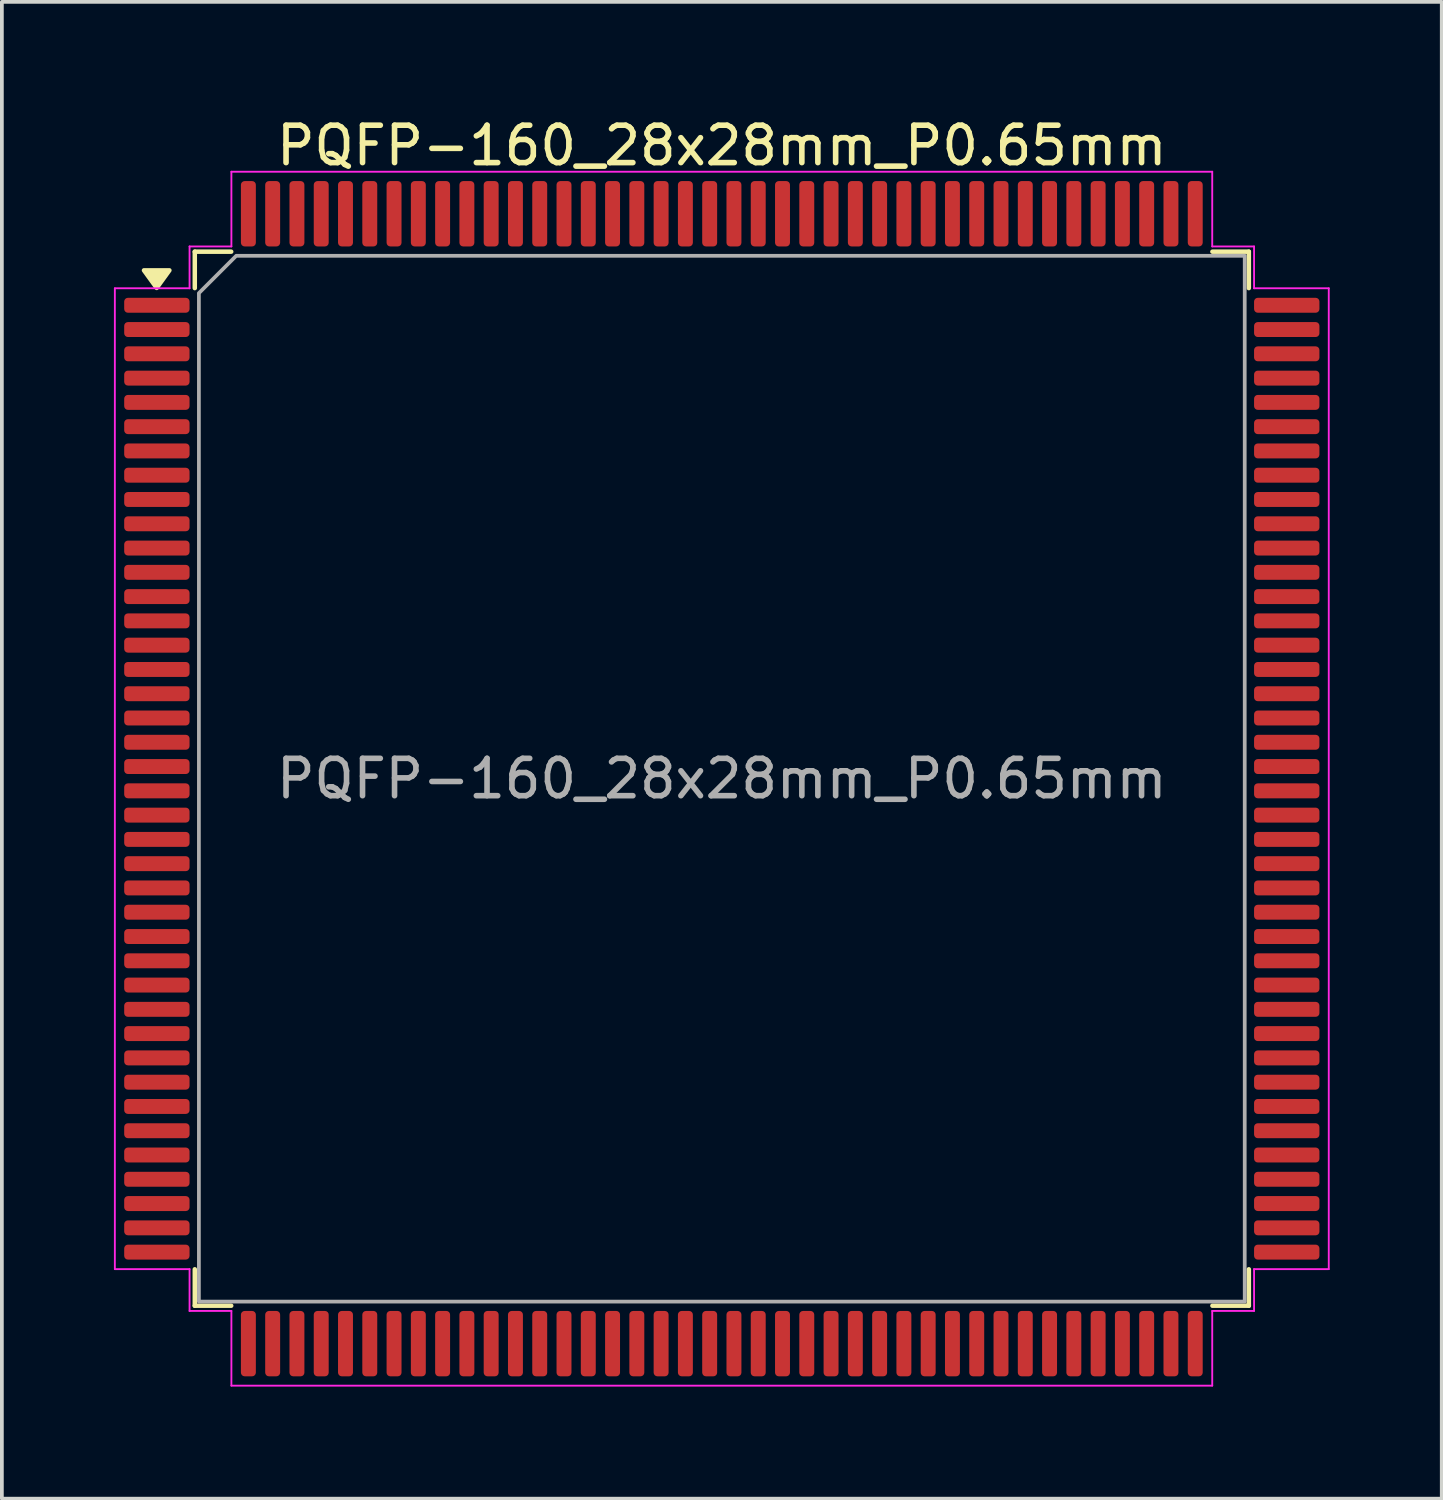
<source format=kicad_pcb>
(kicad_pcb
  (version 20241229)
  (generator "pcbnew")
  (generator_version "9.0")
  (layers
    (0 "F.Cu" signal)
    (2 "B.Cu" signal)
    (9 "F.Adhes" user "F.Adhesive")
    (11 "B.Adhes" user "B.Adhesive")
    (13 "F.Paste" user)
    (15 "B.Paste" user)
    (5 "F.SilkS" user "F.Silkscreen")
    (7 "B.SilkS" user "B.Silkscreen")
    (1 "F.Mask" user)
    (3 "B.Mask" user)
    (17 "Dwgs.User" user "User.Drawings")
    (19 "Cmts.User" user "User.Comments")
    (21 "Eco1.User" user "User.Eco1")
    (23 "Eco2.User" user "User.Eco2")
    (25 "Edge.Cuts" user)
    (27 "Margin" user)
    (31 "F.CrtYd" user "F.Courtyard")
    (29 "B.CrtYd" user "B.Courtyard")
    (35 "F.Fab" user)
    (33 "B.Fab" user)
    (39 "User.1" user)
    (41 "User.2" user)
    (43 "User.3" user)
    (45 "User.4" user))
  (footprint "PQFP-160_28x28mm_P0.65mm"
    (layer "F.Cu")
    (at 16.275 17.798)
    (property "Reference" "PQFP-160_28x28mm_P0.65mm" (at 0 -16.95 0) (layer "F.SilkS") (effects (font (size 1 1) (thickness 0.15))))
    (attr smd)
    (fp_line (start -14.11 -14.11) (end -13.135 -14.11) (stroke (width 0.12) (type solid)) (layer "F.SilkS"))
    (fp_line (start -14.11 -13.135) (end -14.11 -14.11) (stroke (width 0.12) (type solid)) (layer "F.SilkS"))
    (fp_line (start -14.11 14.11) (end -14.11 13.135) (stroke (width 0.12) (type solid)) (layer "F.SilkS"))
    (fp_line (start -13.135 14.11) (end -14.11 14.11) (stroke (width 0.12) (type solid)) (layer "F.SilkS"))
    (fp_line (start 13.135 -14.11) (end 14.11 -14.11) (stroke (width 0.12) (type solid)) (layer "F.SilkS"))
    (fp_line (start 14.11 -14.11) (end 14.11 -13.135) (stroke (width 0.12) (type solid)) (layer "F.SilkS"))
    (fp_line (start 14.11 13.135) (end 14.11 14.11) (stroke (width 0.12) (type solid)) (layer "F.SilkS"))
    (fp_line (start 14.11 14.11) (end 13.135 14.11) (stroke (width 0.12) (type solid)) (layer "F.SilkS"))
    (fp_poly (pts (xy -15.13 -13.14) (xy -15.47 -13.61) (xy -14.79 -13.61)) (stroke (width 0.12) (type solid)) (fill yes) (layer "F.SilkS"))
    (fp_line (start -16.25 -13.13) (end -14.25 -13.13) (stroke (width 0.05) (type solid)) (layer "F.CrtYd"))
    (fp_line (start -16.25 13.13) (end -16.25 -13.13) (stroke (width 0.05) (type solid)) (layer "F.CrtYd"))
    (fp_line (start -14.25 -14.25) (end -13.13 -14.25) (stroke (width 0.05) (type solid)) (layer "F.CrtYd"))
    (fp_line (start -14.25 -13.13) (end -14.25 -14.25) (stroke (width 0.05) (type solid)) (layer "F.CrtYd"))
    (fp_line (start -14.25 13.13) (end -16.25 13.13) (stroke (width 0.05) (type solid)) (layer "F.CrtYd"))
    (fp_line (start -14.25 14.25) (end -14.25 13.13) (stroke (width 0.05) (type solid)) (layer "F.CrtYd"))
    (fp_line (start -13.13 -16.25) (end 13.13 -16.25) (stroke (width 0.05) (type solid)) (layer "F.CrtYd"))
    (fp_line (start -13.13 -14.25) (end -13.13 -16.25) (stroke (width 0.05) (type solid)) (layer "F.CrtYd"))
    (fp_line (start -13.13 14.25) (end -14.25 14.25) (stroke (width 0.05) (type solid)) (layer "F.CrtYd"))
    (fp_line (start -13.13 16.25) (end -13.13 14.25) (stroke (width 0.05) (type solid)) (layer "F.CrtYd"))
    (fp_line (start 13.13 -16.25) (end 13.13 -14.25) (stroke (width 0.05) (type solid)) (layer "F.CrtYd"))
    (fp_line (start 13.13 -14.25) (end 14.25 -14.25) (stroke (width 0.05) (type solid)) (layer "F.CrtYd"))
    (fp_line (start 13.13 14.25) (end 13.13 16.25) (stroke (width 0.05) (type solid)) (layer "F.CrtYd"))
    (fp_line (start 13.13 16.25) (end -13.13 16.25) (stroke (width 0.05) (type solid)) (layer "F.CrtYd"))
    (fp_line (start 14.25 -14.25) (end 14.25 -13.13) (stroke (width 0.05) (type solid)) (layer "F.CrtYd"))
    (fp_line (start 14.25 -13.13) (end 16.25 -13.13) (stroke (width 0.05) (type solid)) (layer "F.CrtYd"))
    (fp_line (start 14.25 13.13) (end 14.25 14.25) (stroke (width 0.05) (type solid)) (layer "F.CrtYd"))
    (fp_line (start 14.25 14.25) (end 13.13 14.25) (stroke (width 0.05) (type solid)) (layer "F.CrtYd"))
    (fp_line (start 16.25 -13.13) (end 16.25 13.13) (stroke (width 0.05) (type solid)) (layer "F.CrtYd"))
    (fp_line (start 16.25 13.13) (end 14.25 13.13) (stroke (width 0.05) (type solid)) (layer "F.CrtYd"))
    (fp_poly (pts (xy -14 -13) (xy -14 14) (xy 14 14) (xy 14 -14) (xy -13 -14)) (stroke (width 0.1) (type solid)) (fill no) (layer "F.Fab"))
    (fp_text user "${REFERENCE}" (at 0 0 0) (layer "F.Fab") (effects (font (size 1 1) (thickness 0.15))))
    (pad "1" smd roundrect (at -15.125 -12.675) (size 1.75 0.4) (layers "F.Cu" "F.Mask" "F.Paste") (roundrect_rratio 0.25))
    (pad "2" smd roundrect (at -15.125 -12.025) (size 1.75 0.4) (layers "F.Cu" "F.Mask" "F.Paste") (roundrect_rratio 0.25))
    (pad "3" smd roundrect (at -15.125 -11.375) (size 1.75 0.4) (layers "F.Cu" "F.Mask" "F.Paste") (roundrect_rratio 0.25))
    (pad "4" smd roundrect (at -15.125 -10.725) (size 1.75 0.4) (layers "F.Cu" "F.Mask" "F.Paste") (roundrect_rratio 0.25))
    (pad "5" smd roundrect (at -15.125 -10.075) (size 1.75 0.4) (layers "F.Cu" "F.Mask" "F.Paste") (roundrect_rratio 0.25))
    (pad "6" smd roundrect (at -15.125 -9.425) (size 1.75 0.4) (layers "F.Cu" "F.Mask" "F.Paste") (roundrect_rratio 0.25))
    (pad "7" smd roundrect (at -15.125 -8.775) (size 1.75 0.4) (layers "F.Cu" "F.Mask" "F.Paste") (roundrect_rratio 0.25))
    (pad "8" smd roundrect (at -15.125 -8.125) (size 1.75 0.4) (layers "F.Cu" "F.Mask" "F.Paste") (roundrect_rratio 0.25))
    (pad "9" smd roundrect (at -15.125 -7.475) (size 1.75 0.4) (layers "F.Cu" "F.Mask" "F.Paste") (roundrect_rratio 0.25))
    (pad "10" smd roundrect (at -15.125 -6.825) (size 1.75 0.4) (layers "F.Cu" "F.Mask" "F.Paste") (roundrect_rratio 0.25))
    (pad "11" smd roundrect (at -15.125 -6.175) (size 1.75 0.4) (layers "F.Cu" "F.Mask" "F.Paste") (roundrect_rratio 0.25))
    (pad "12" smd roundrect (at -15.125 -5.525) (size 1.75 0.4) (layers "F.Cu" "F.Mask" "F.Paste") (roundrect_rratio 0.25))
    (pad "13" smd roundrect (at -15.125 -4.875) (size 1.75 0.4) (layers "F.Cu" "F.Mask" "F.Paste") (roundrect_rratio 0.25))
    (pad "14" smd roundrect (at -15.125 -4.225) (size 1.75 0.4) (layers "F.Cu" "F.Mask" "F.Paste") (roundrect_rratio 0.25))
    (pad "15" smd roundrect (at -15.125 -3.575) (size 1.75 0.4) (layers "F.Cu" "F.Mask" "F.Paste") (roundrect_rratio 0.25))
    (pad "16" smd roundrect (at -15.125 -2.925) (size 1.75 0.4) (layers "F.Cu" "F.Mask" "F.Paste") (roundrect_rratio 0.25))
    (pad "17" smd roundrect (at -15.125 -2.275) (size 1.75 0.4) (layers "F.Cu" "F.Mask" "F.Paste") (roundrect_rratio 0.25))
    (pad "18" smd roundrect (at -15.125 -1.625) (size 1.75 0.4) (layers "F.Cu" "F.Mask" "F.Paste") (roundrect_rratio 0.25))
    (pad "19" smd roundrect (at -15.125 -0.975) (size 1.75 0.4) (layers "F.Cu" "F.Mask" "F.Paste") (roundrect_rratio 0.25))
    (pad "20" smd roundrect (at -15.125 -0.325) (size 1.75 0.4) (layers "F.Cu" "F.Mask" "F.Paste") (roundrect_rratio 0.25))
    (pad "21" smd roundrect (at -15.125 0.325) (size 1.75 0.4) (layers "F.Cu" "F.Mask" "F.Paste") (roundrect_rratio 0.25))
    (pad "22" smd roundrect (at -15.125 0.975) (size 1.75 0.4) (layers "F.Cu" "F.Mask" "F.Paste") (roundrect_rratio 0.25))
    (pad "23" smd roundrect (at -15.125 1.625) (size 1.75 0.4) (layers "F.Cu" "F.Mask" "F.Paste") (roundrect_rratio 0.25))
    (pad "24" smd roundrect (at -15.125 2.275) (size 1.75 0.4) (layers "F.Cu" "F.Mask" "F.Paste") (roundrect_rratio 0.25))
    (pad "25" smd roundrect (at -15.125 2.925) (size 1.75 0.4) (layers "F.Cu" "F.Mask" "F.Paste") (roundrect_rratio 0.25))
    (pad "26" smd roundrect (at -15.125 3.575) (size 1.75 0.4) (layers "F.Cu" "F.Mask" "F.Paste") (roundrect_rratio 0.25))
    (pad "27" smd roundrect (at -15.125 4.225) (size 1.75 0.4) (layers "F.Cu" "F.Mask" "F.Paste") (roundrect_rratio 0.25))
    (pad "28" smd roundrect (at -15.125 4.875) (size 1.75 0.4) (layers "F.Cu" "F.Mask" "F.Paste") (roundrect_rratio 0.25))
    (pad "29" smd roundrect (at -15.125 5.525) (size 1.75 0.4) (layers "F.Cu" "F.Mask" "F.Paste") (roundrect_rratio 0.25))
    (pad "30" smd roundrect (at -15.125 6.175) (size 1.75 0.4) (layers "F.Cu" "F.Mask" "F.Paste") (roundrect_rratio 0.25))
    (pad "31" smd roundrect (at -15.125 6.825) (size 1.75 0.4) (layers "F.Cu" "F.Mask" "F.Paste") (roundrect_rratio 0.25))
    (pad "32" smd roundrect (at -15.125 7.475) (size 1.75 0.4) (layers "F.Cu" "F.Mask" "F.Paste") (roundrect_rratio 0.25))
    (pad "33" smd roundrect (at -15.125 8.125) (size 1.75 0.4) (layers "F.Cu" "F.Mask" "F.Paste") (roundrect_rratio 0.25))
    (pad "34" smd roundrect (at -15.125 8.775) (size 1.75 0.4) (layers "F.Cu" "F.Mask" "F.Paste") (roundrect_rratio 0.25))
    (pad "35" smd roundrect (at -15.125 9.425) (size 1.75 0.4) (layers "F.Cu" "F.Mask" "F.Paste") (roundrect_rratio 0.25))
    (pad "36" smd roundrect (at -15.125 10.075) (size 1.75 0.4) (layers "F.Cu" "F.Mask" "F.Paste") (roundrect_rratio 0.25))
    (pad "37" smd roundrect (at -15.125 10.725) (size 1.75 0.4) (layers "F.Cu" "F.Mask" "F.Paste") (roundrect_rratio 0.25))
    (pad "38" smd roundrect (at -15.125 11.375) (size 1.75 0.4) (layers "F.Cu" "F.Mask" "F.Paste") (roundrect_rratio 0.25))
    (pad "39" smd roundrect (at -15.125 12.025) (size 1.75 0.4) (layers "F.Cu" "F.Mask" "F.Paste") (roundrect_rratio 0.25))
    (pad "40" smd roundrect (at -15.125 12.675) (size 1.75 0.4) (layers "F.Cu" "F.Mask" "F.Paste") (roundrect_rratio 0.25))
    (pad "41" smd roundrect (at -12.675 15.125) (size 0.4 1.75) (layers "F.Cu" "F.Mask" "F.Paste") (roundrect_rratio 0.25))
    (pad "42" smd roundrect (at -12.025 15.125) (size 0.4 1.75) (layers "F.Cu" "F.Mask" "F.Paste") (roundrect_rratio 0.25))
    (pad "43" smd roundrect (at -11.375 15.125) (size 0.4 1.75) (layers "F.Cu" "F.Mask" "F.Paste") (roundrect_rratio 0.25))
    (pad "44" smd roundrect (at -10.725 15.125) (size 0.4 1.75) (layers "F.Cu" "F.Mask" "F.Paste") (roundrect_rratio 0.25))
    (pad "45" smd roundrect (at -10.075 15.125) (size 0.4 1.75) (layers "F.Cu" "F.Mask" "F.Paste") (roundrect_rratio 0.25))
    (pad "46" smd roundrect (at -9.425 15.125) (size 0.4 1.75) (layers "F.Cu" "F.Mask" "F.Paste") (roundrect_rratio 0.25))
    (pad "47" smd roundrect (at -8.775 15.125) (size 0.4 1.75) (layers "F.Cu" "F.Mask" "F.Paste") (roundrect_rratio 0.25))
    (pad "48" smd roundrect (at -8.125 15.125) (size 0.4 1.75) (layers "F.Cu" "F.Mask" "F.Paste") (roundrect_rratio 0.25))
    (pad "49" smd roundrect (at -7.475 15.125) (size 0.4 1.75) (layers "F.Cu" "F.Mask" "F.Paste") (roundrect_rratio 0.25))
    (pad "50" smd roundrect (at -6.825 15.125) (size 0.4 1.75) (layers "F.Cu" "F.Mask" "F.Paste") (roundrect_rratio 0.25))
    (pad "51" smd roundrect (at -6.175 15.125) (size 0.4 1.75) (layers "F.Cu" "F.Mask" "F.Paste") (roundrect_rratio 0.25))
    (pad "52" smd roundrect (at -5.525 15.125) (size 0.4 1.75) (layers "F.Cu" "F.Mask" "F.Paste") (roundrect_rratio 0.25))
    (pad "53" smd roundrect (at -4.875 15.125) (size 0.4 1.75) (layers "F.Cu" "F.Mask" "F.Paste") (roundrect_rratio 0.25))
    (pad "54" smd roundrect (at -4.225 15.125) (size 0.4 1.75) (layers "F.Cu" "F.Mask" "F.Paste") (roundrect_rratio 0.25))
    (pad "55" smd roundrect (at -3.575 15.125) (size 0.4 1.75) (layers "F.Cu" "F.Mask" "F.Paste") (roundrect_rratio 0.25))
    (pad "56" smd roundrect (at -2.925 15.125) (size 0.4 1.75) (layers "F.Cu" "F.Mask" "F.Paste") (roundrect_rratio 0.25))
    (pad "57" smd roundrect (at -2.275 15.125) (size 0.4 1.75) (layers "F.Cu" "F.Mask" "F.Paste") (roundrect_rratio 0.25))
    (pad "58" smd roundrect (at -1.625 15.125) (size 0.4 1.75) (layers "F.Cu" "F.Mask" "F.Paste") (roundrect_rratio 0.25))
    (pad "59" smd roundrect (at -0.975 15.125) (size 0.4 1.75) (layers "F.Cu" "F.Mask" "F.Paste") (roundrect_rratio 0.25))
    (pad "60" smd roundrect (at -0.325 15.125) (size 0.4 1.75) (layers "F.Cu" "F.Mask" "F.Paste") (roundrect_rratio 0.25))
    (pad "61" smd roundrect (at 0.325 15.125) (size 0.4 1.75) (layers "F.Cu" "F.Mask" "F.Paste") (roundrect_rratio 0.25))
    (pad "62" smd roundrect (at 0.975 15.125) (size 0.4 1.75) (layers "F.Cu" "F.Mask" "F.Paste") (roundrect_rratio 0.25))
    (pad "63" smd roundrect (at 1.625 15.125) (size 0.4 1.75) (layers "F.Cu" "F.Mask" "F.Paste") (roundrect_rratio 0.25))
    (pad "64" smd roundrect (at 2.275 15.125) (size 0.4 1.75) (layers "F.Cu" "F.Mask" "F.Paste") (roundrect_rratio 0.25))
    (pad "65" smd roundrect (at 2.925 15.125) (size 0.4 1.75) (layers "F.Cu" "F.Mask" "F.Paste") (roundrect_rratio 0.25))
    (pad "66" smd roundrect (at 3.575 15.125) (size 0.4 1.75) (layers "F.Cu" "F.Mask" "F.Paste") (roundrect_rratio 0.25))
    (pad "67" smd roundrect (at 4.225 15.125) (size 0.4 1.75) (layers "F.Cu" "F.Mask" "F.Paste") (roundrect_rratio 0.25))
    (pad "68" smd roundrect (at 4.875 15.125) (size 0.4 1.75) (layers "F.Cu" "F.Mask" "F.Paste") (roundrect_rratio 0.25))
    (pad "69" smd roundrect (at 5.525 15.125) (size 0.4 1.75) (layers "F.Cu" "F.Mask" "F.Paste") (roundrect_rratio 0.25))
    (pad "70" smd roundrect (at 6.175 15.125) (size 0.4 1.75) (layers "F.Cu" "F.Mask" "F.Paste") (roundrect_rratio 0.25))
    (pad "71" smd roundrect (at 6.825 15.125) (size 0.4 1.75) (layers "F.Cu" "F.Mask" "F.Paste") (roundrect_rratio 0.25))
    (pad "72" smd roundrect (at 7.475 15.125) (size 0.4 1.75) (layers "F.Cu" "F.Mask" "F.Paste") (roundrect_rratio 0.25))
    (pad "73" smd roundrect (at 8.125 15.125) (size 0.4 1.75) (layers "F.Cu" "F.Mask" "F.Paste") (roundrect_rratio 0.25))
    (pad "74" smd roundrect (at 8.775 15.125) (size 0.4 1.75) (layers "F.Cu" "F.Mask" "F.Paste") (roundrect_rratio 0.25))
    (pad "75" smd roundrect (at 9.425 15.125) (size 0.4 1.75) (layers "F.Cu" "F.Mask" "F.Paste") (roundrect_rratio 0.25))
    (pad "76" smd roundrect (at 10.075 15.125) (size 0.4 1.75) (layers "F.Cu" "F.Mask" "F.Paste") (roundrect_rratio 0.25))
    (pad "77" smd roundrect (at 10.725 15.125) (size 0.4 1.75) (layers "F.Cu" "F.Mask" "F.Paste") (roundrect_rratio 0.25))
    (pad "78" smd roundrect (at 11.375 15.125) (size 0.4 1.75) (layers "F.Cu" "F.Mask" "F.Paste") (roundrect_rratio 0.25))
    (pad "79" smd roundrect (at 12.025 15.125) (size 0.4 1.75) (layers "F.Cu" "F.Mask" "F.Paste") (roundrect_rratio 0.25))
    (pad "80" smd roundrect (at 12.675 15.125) (size 0.4 1.75) (layers "F.Cu" "F.Mask" "F.Paste") (roundrect_rratio 0.25))
    (pad "81" smd roundrect (at 15.125 12.675) (size 1.75 0.4) (layers "F.Cu" "F.Mask" "F.Paste") (roundrect_rratio 0.25))
    (pad "82" smd roundrect (at 15.125 12.025) (size 1.75 0.4) (layers "F.Cu" "F.Mask" "F.Paste") (roundrect_rratio 0.25))
    (pad "83" smd roundrect (at 15.125 11.375) (size 1.75 0.4) (layers "F.Cu" "F.Mask" "F.Paste") (roundrect_rratio 0.25))
    (pad "84" smd roundrect (at 15.125 10.725) (size 1.75 0.4) (layers "F.Cu" "F.Mask" "F.Paste") (roundrect_rratio 0.25))
    (pad "85" smd roundrect (at 15.125 10.075) (size 1.75 0.4) (layers "F.Cu" "F.Mask" "F.Paste") (roundrect_rratio 0.25))
    (pad "86" smd roundrect (at 15.125 9.425) (size 1.75 0.4) (layers "F.Cu" "F.Mask" "F.Paste") (roundrect_rratio 0.25))
    (pad "87" smd roundrect (at 15.125 8.775) (size 1.75 0.4) (layers "F.Cu" "F.Mask" "F.Paste") (roundrect_rratio 0.25))
    (pad "88" smd roundrect (at 15.125 8.125) (size 1.75 0.4) (layers "F.Cu" "F.Mask" "F.Paste") (roundrect_rratio 0.25))
    (pad "89" smd roundrect (at 15.125 7.475) (size 1.75 0.4) (layers "F.Cu" "F.Mask" "F.Paste") (roundrect_rratio 0.25))
    (pad "90" smd roundrect (at 15.125 6.825) (size 1.75 0.4) (layers "F.Cu" "F.Mask" "F.Paste") (roundrect_rratio 0.25))
    (pad "91" smd roundrect (at 15.125 6.175) (size 1.75 0.4) (layers "F.Cu" "F.Mask" "F.Paste") (roundrect_rratio 0.25))
    (pad "92" smd roundrect (at 15.125 5.525) (size 1.75 0.4) (layers "F.Cu" "F.Mask" "F.Paste") (roundrect_rratio 0.25))
    (pad "93" smd roundrect (at 15.125 4.875) (size 1.75 0.4) (layers "F.Cu" "F.Mask" "F.Paste") (roundrect_rratio 0.25))
    (pad "94" smd roundrect (at 15.125 4.225) (size 1.75 0.4) (layers "F.Cu" "F.Mask" "F.Paste") (roundrect_rratio 0.25))
    (pad "95" smd roundrect (at 15.125 3.575) (size 1.75 0.4) (layers "F.Cu" "F.Mask" "F.Paste") (roundrect_rratio 0.25))
    (pad "96" smd roundrect (at 15.125 2.925) (size 1.75 0.4) (layers "F.Cu" "F.Mask" "F.Paste") (roundrect_rratio 0.25))
    (pad "97" smd roundrect (at 15.125 2.275) (size 1.75 0.4) (layers "F.Cu" "F.Mask" "F.Paste") (roundrect_rratio 0.25))
    (pad "98" smd roundrect (at 15.125 1.625) (size 1.75 0.4) (layers "F.Cu" "F.Mask" "F.Paste") (roundrect_rratio 0.25))
    (pad "99" smd roundrect (at 15.125 0.975) (size 1.75 0.4) (layers "F.Cu" "F.Mask" "F.Paste") (roundrect_rratio 0.25))
    (pad "100" smd roundrect (at 15.125 0.325) (size 1.75 0.4) (layers "F.Cu" "F.Mask" "F.Paste") (roundrect_rratio 0.25))
    (pad "101" smd roundrect (at 15.125 -0.325) (size 1.75 0.4) (layers "F.Cu" "F.Mask" "F.Paste") (roundrect_rratio 0.25))
    (pad "102" smd roundrect (at 15.125 -0.975) (size 1.75 0.4) (layers "F.Cu" "F.Mask" "F.Paste") (roundrect_rratio 0.25))
    (pad "103" smd roundrect (at 15.125 -1.625) (size 1.75 0.4) (layers "F.Cu" "F.Mask" "F.Paste") (roundrect_rratio 0.25))
    (pad "104" smd roundrect (at 15.125 -2.275) (size 1.75 0.4) (layers "F.Cu" "F.Mask" "F.Paste") (roundrect_rratio 0.25))
    (pad "105" smd roundrect (at 15.125 -2.925) (size 1.75 0.4) (layers "F.Cu" "F.Mask" "F.Paste") (roundrect_rratio 0.25))
    (pad "106" smd roundrect (at 15.125 -3.575) (size 1.75 0.4) (layers "F.Cu" "F.Mask" "F.Paste") (roundrect_rratio 0.25))
    (pad "107" smd roundrect (at 15.125 -4.225) (size 1.75 0.4) (layers "F.Cu" "F.Mask" "F.Paste") (roundrect_rratio 0.25))
    (pad "108" smd roundrect (at 15.125 -4.875) (size 1.75 0.4) (layers "F.Cu" "F.Mask" "F.Paste") (roundrect_rratio 0.25))
    (pad "109" smd roundrect (at 15.125 -5.525) (size 1.75 0.4) (layers "F.Cu" "F.Mask" "F.Paste") (roundrect_rratio 0.25))
    (pad "110" smd roundrect (at 15.125 -6.175) (size 1.75 0.4) (layers "F.Cu" "F.Mask" "F.Paste") (roundrect_rratio 0.25))
    (pad "111" smd roundrect (at 15.125 -6.825) (size 1.75 0.4) (layers "F.Cu" "F.Mask" "F.Paste") (roundrect_rratio 0.25))
    (pad "112" smd roundrect (at 15.125 -7.475) (size 1.75 0.4) (layers "F.Cu" "F.Mask" "F.Paste") (roundrect_rratio 0.25))
    (pad "113" smd roundrect (at 15.125 -8.125) (size 1.75 0.4) (layers "F.Cu" "F.Mask" "F.Paste") (roundrect_rratio 0.25))
    (pad "114" smd roundrect (at 15.125 -8.775) (size 1.75 0.4) (layers "F.Cu" "F.Mask" "F.Paste") (roundrect_rratio 0.25))
    (pad "115" smd roundrect (at 15.125 -9.425) (size 1.75 0.4) (layers "F.Cu" "F.Mask" "F.Paste") (roundrect_rratio 0.25))
    (pad "116" smd roundrect (at 15.125 -10.075) (size 1.75 0.4) (layers "F.Cu" "F.Mask" "F.Paste") (roundrect_rratio 0.25))
    (pad "117" smd roundrect (at 15.125 -10.725) (size 1.75 0.4) (layers "F.Cu" "F.Mask" "F.Paste") (roundrect_rratio 0.25))
    (pad "118" smd roundrect (at 15.125 -11.375) (size 1.75 0.4) (layers "F.Cu" "F.Mask" "F.Paste") (roundrect_rratio 0.25))
    (pad "119" smd roundrect (at 15.125 -12.025) (size 1.75 0.4) (layers "F.Cu" "F.Mask" "F.Paste") (roundrect_rratio 0.25))
    (pad "120" smd roundrect (at 15.125 -12.675) (size 1.75 0.4) (layers "F.Cu" "F.Mask" "F.Paste") (roundrect_rratio 0.25))
    (pad "121" smd roundrect (at 12.675 -15.125) (size 0.4 1.75) (layers "F.Cu" "F.Mask" "F.Paste") (roundrect_rratio 0.25))
    (pad "122" smd roundrect (at 12.025 -15.125) (size 0.4 1.75) (layers "F.Cu" "F.Mask" "F.Paste") (roundrect_rratio 0.25))
    (pad "123" smd roundrect (at 11.375 -15.125) (size 0.4 1.75) (layers "F.Cu" "F.Mask" "F.Paste") (roundrect_rratio 0.25))
    (pad "124" smd roundrect (at 10.725 -15.125) (size 0.4 1.75) (layers "F.Cu" "F.Mask" "F.Paste") (roundrect_rratio 0.25))
    (pad "125" smd roundrect (at 10.075 -15.125) (size 0.4 1.75) (layers "F.Cu" "F.Mask" "F.Paste") (roundrect_rratio 0.25))
    (pad "126" smd roundrect (at 9.425 -15.125) (size 0.4 1.75) (layers "F.Cu" "F.Mask" "F.Paste") (roundrect_rratio 0.25))
    (pad "127" smd roundrect (at 8.775 -15.125) (size 0.4 1.75) (layers "F.Cu" "F.Mask" "F.Paste") (roundrect_rratio 0.25))
    (pad "128" smd roundrect (at 8.125 -15.125) (size 0.4 1.75) (layers "F.Cu" "F.Mask" "F.Paste") (roundrect_rratio 0.25))
    (pad "129" smd roundrect (at 7.475 -15.125) (size 0.4 1.75) (layers "F.Cu" "F.Mask" "F.Paste") (roundrect_rratio 0.25))
    (pad "130" smd roundrect (at 6.825 -15.125) (size 0.4 1.75) (layers "F.Cu" "F.Mask" "F.Paste") (roundrect_rratio 0.25))
    (pad "131" smd roundrect (at 6.175 -15.125) (size 0.4 1.75) (layers "F.Cu" "F.Mask" "F.Paste") (roundrect_rratio 0.25))
    (pad "132" smd roundrect (at 5.525 -15.125) (size 0.4 1.75) (layers "F.Cu" "F.Mask" "F.Paste") (roundrect_rratio 0.25))
    (pad "133" smd roundrect (at 4.875 -15.125) (size 0.4 1.75) (layers "F.Cu" "F.Mask" "F.Paste") (roundrect_rratio 0.25))
    (pad "134" smd roundrect (at 4.225 -15.125) (size 0.4 1.75) (layers "F.Cu" "F.Mask" "F.Paste") (roundrect_rratio 0.25))
    (pad "135" smd roundrect (at 3.575 -15.125) (size 0.4 1.75) (layers "F.Cu" "F.Mask" "F.Paste") (roundrect_rratio 0.25))
    (pad "136" smd roundrect (at 2.925 -15.125) (size 0.4 1.75) (layers "F.Cu" "F.Mask" "F.Paste") (roundrect_rratio 0.25))
    (pad "137" smd roundrect (at 2.275 -15.125) (size 0.4 1.75) (layers "F.Cu" "F.Mask" "F.Paste") (roundrect_rratio 0.25))
    (pad "138" smd roundrect (at 1.625 -15.125) (size 0.4 1.75) (layers "F.Cu" "F.Mask" "F.Paste") (roundrect_rratio 0.25))
    (pad "139" smd roundrect (at 0.975 -15.125) (size 0.4 1.75) (layers "F.Cu" "F.Mask" "F.Paste") (roundrect_rratio 0.25))
    (pad "140" smd roundrect (at 0.325 -15.125) (size 0.4 1.75) (layers "F.Cu" "F.Mask" "F.Paste") (roundrect_rratio 0.25))
    (pad "141" smd roundrect (at -0.325 -15.125) (size 0.4 1.75) (layers "F.Cu" "F.Mask" "F.Paste") (roundrect_rratio 0.25))
    (pad "142" smd roundrect (at -0.975 -15.125) (size 0.4 1.75) (layers "F.Cu" "F.Mask" "F.Paste") (roundrect_rratio 0.25))
    (pad "143" smd roundrect (at -1.625 -15.125) (size 0.4 1.75) (layers "F.Cu" "F.Mask" "F.Paste") (roundrect_rratio 0.25))
    (pad "144" smd roundrect (at -2.275 -15.125) (size 0.4 1.75) (layers "F.Cu" "F.Mask" "F.Paste") (roundrect_rratio 0.25))
    (pad "145" smd roundrect (at -2.925 -15.125) (size 0.4 1.75) (layers "F.Cu" "F.Mask" "F.Paste") (roundrect_rratio 0.25))
    (pad "146" smd roundrect (at -3.575 -15.125) (size 0.4 1.75) (layers "F.Cu" "F.Mask" "F.Paste") (roundrect_rratio 0.25))
    (pad "147" smd roundrect (at -4.225 -15.125) (size 0.4 1.75) (layers "F.Cu" "F.Mask" "F.Paste") (roundrect_rratio 0.25))
    (pad "148" smd roundrect (at -4.875 -15.125) (size 0.4 1.75) (layers "F.Cu" "F.Mask" "F.Paste") (roundrect_rratio 0.25))
    (pad "149" smd roundrect (at -5.525 -15.125) (size 0.4 1.75) (layers "F.Cu" "F.Mask" "F.Paste") (roundrect_rratio 0.25))
    (pad "150" smd roundrect (at -6.175 -15.125) (size 0.4 1.75) (layers "F.Cu" "F.Mask" "F.Paste") (roundrect_rratio 0.25))
    (pad "151" smd roundrect (at -6.825 -15.125) (size 0.4 1.75) (layers "F.Cu" "F.Mask" "F.Paste") (roundrect_rratio 0.25))
    (pad "152" smd roundrect (at -7.475 -15.125) (size 0.4 1.75) (layers "F.Cu" "F.Mask" "F.Paste") (roundrect_rratio 0.25))
    (pad "153" smd roundrect (at -8.125 -15.125) (size 0.4 1.75) (layers "F.Cu" "F.Mask" "F.Paste") (roundrect_rratio 0.25))
    (pad "154" smd roundrect (at -8.775 -15.125) (size 0.4 1.75) (layers "F.Cu" "F.Mask" "F.Paste") (roundrect_rratio 0.25))
    (pad "155" smd roundrect (at -9.425 -15.125) (size 0.4 1.75) (layers "F.Cu" "F.Mask" "F.Paste") (roundrect_rratio 0.25))
    (pad "156" smd roundrect (at -10.075 -15.125) (size 0.4 1.75) (layers "F.Cu" "F.Mask" "F.Paste") (roundrect_rratio 0.25))
    (pad "157" smd roundrect (at -10.725 -15.125) (size 0.4 1.75) (layers "F.Cu" "F.Mask" "F.Paste") (roundrect_rratio 0.25))
    (pad "158" smd roundrect (at -11.375 -15.125) (size 0.4 1.75) (layers "F.Cu" "F.Mask" "F.Paste") (roundrect_rratio 0.25))
    (pad "159" smd roundrect (at -12.025 -15.125) (size 0.4 1.75) (layers "F.Cu" "F.Mask" "F.Paste") (roundrect_rratio 0.25))
    (pad "160" smd roundrect (at -12.675 -15.125) (size 0.4 1.75) (layers "F.Cu" "F.Mask" "F.Paste") (roundrect_rratio 0.25)))
  (gr_rect
    (start -3 -3)
    (end 35.55 37.073)
    (stroke (width 0.1) (type default))
    (fill no)
    (layer "Edge.Cuts")))
</source>
